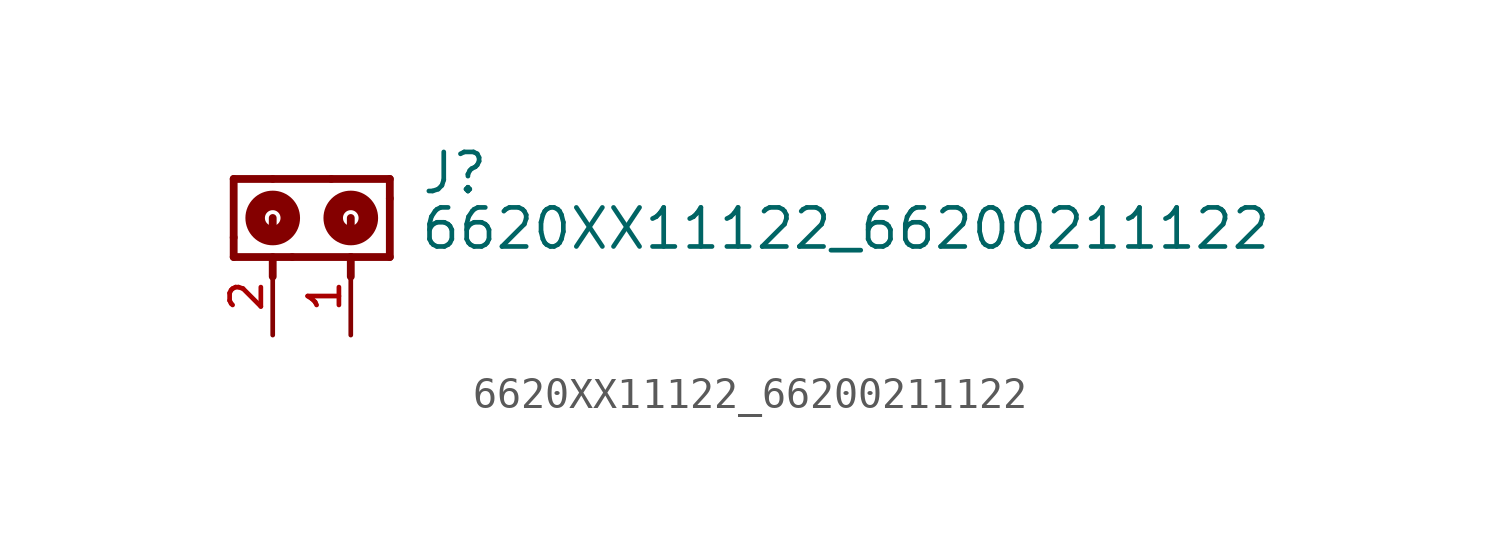
<source format=kicad_sym>
(kicad_symbol_lib
  (version 20211014)
  (generator kicad_symbol_editor)
  (symbol "6620XX11122_66200211122"
    (pin_names
      (offset 1.016))
    (property "Reference" "J"
      (at 2.26 -0.555 0)
      (effects (font (size 1.27 1.27)) (justify bottom left)))
    (property "Value" "6620XX11122_66200211122"
      (at 2.22 -2.36 0)
      (effects (font (size 1.27 1.27)) (justify bottom left)))
    (symbol "6620XX11122_66200211122_0_0"
      (circle (center 0.0 -1.27) (radius 0.254) (stroke (width 0.635)) (fill (type none)))
      (circle (center -2.54 -1.27) (radius 0.254) (stroke (width 0.635)) (fill (type none)))
      (polyline (pts (xy 1.27 0.0) (xy -0.635 0.0)) (stroke (width 0.254)))
      (polyline (pts (xy -0.635 0.0) (xy -2.54 0.0)) (stroke (width 0.254)))
      (polyline (pts (xy -2.54 0.0) (xy -3.81 0.0)) (stroke (width 0.254)))
      (polyline (pts (xy -3.81 0.0) (xy -3.81 -1.905)) (stroke (width 0.254)))
      (polyline (pts (xy -3.81 -1.905) (xy -3.81 -2.54)) (stroke (width 0.254)))
      (polyline (pts (xy -3.81 -2.54) (xy -1.905 -2.54)) (stroke (width 0.254)))
      (polyline (pts (xy -1.905 -2.54) (xy 0.0 -2.54)) (stroke (width 0.254)))
      (polyline (pts (xy 0.0 -2.54) (xy 1.27 -2.54)) (stroke (width 0.254)))
      (polyline (pts (xy 1.27 -2.54) (xy 1.27 -0.635)) (stroke (width 0.254)))
      (polyline (pts (xy 1.27 -0.635) (xy 1.27 0.0)) (stroke (width 0.254)))
      (polyline (pts (xy 0.0 -1.27) (xy 0.0 -1.905)) (stroke (width 0.254)))
      (polyline (pts (xy 0.0 -3.175) (xy 0.0 -2.54)) (stroke (width 0.254)))
      (polyline (pts (xy -2.54 -1.27) (xy -2.54 -1.905)) (stroke (width 0.254)))
      (polyline (pts (xy -2.54 -3.175) (xy -2.54 -2.54)) (stroke (width 0.254)))
      (pin passive line (at 0.0 -5.08 90.0) (length 2.54) (name "~" (effects (font (size 1.016 1.016)))) (number "1" (effects (font (size 1.016 1.016)))))
      (pin passive line (at -2.54 -5.08 90.0) (length 2.54) (name "~" (effects (font (size 1.016 1.016)))) (number "2" (effects (font (size 1.016 1.016))))))))
</source>
